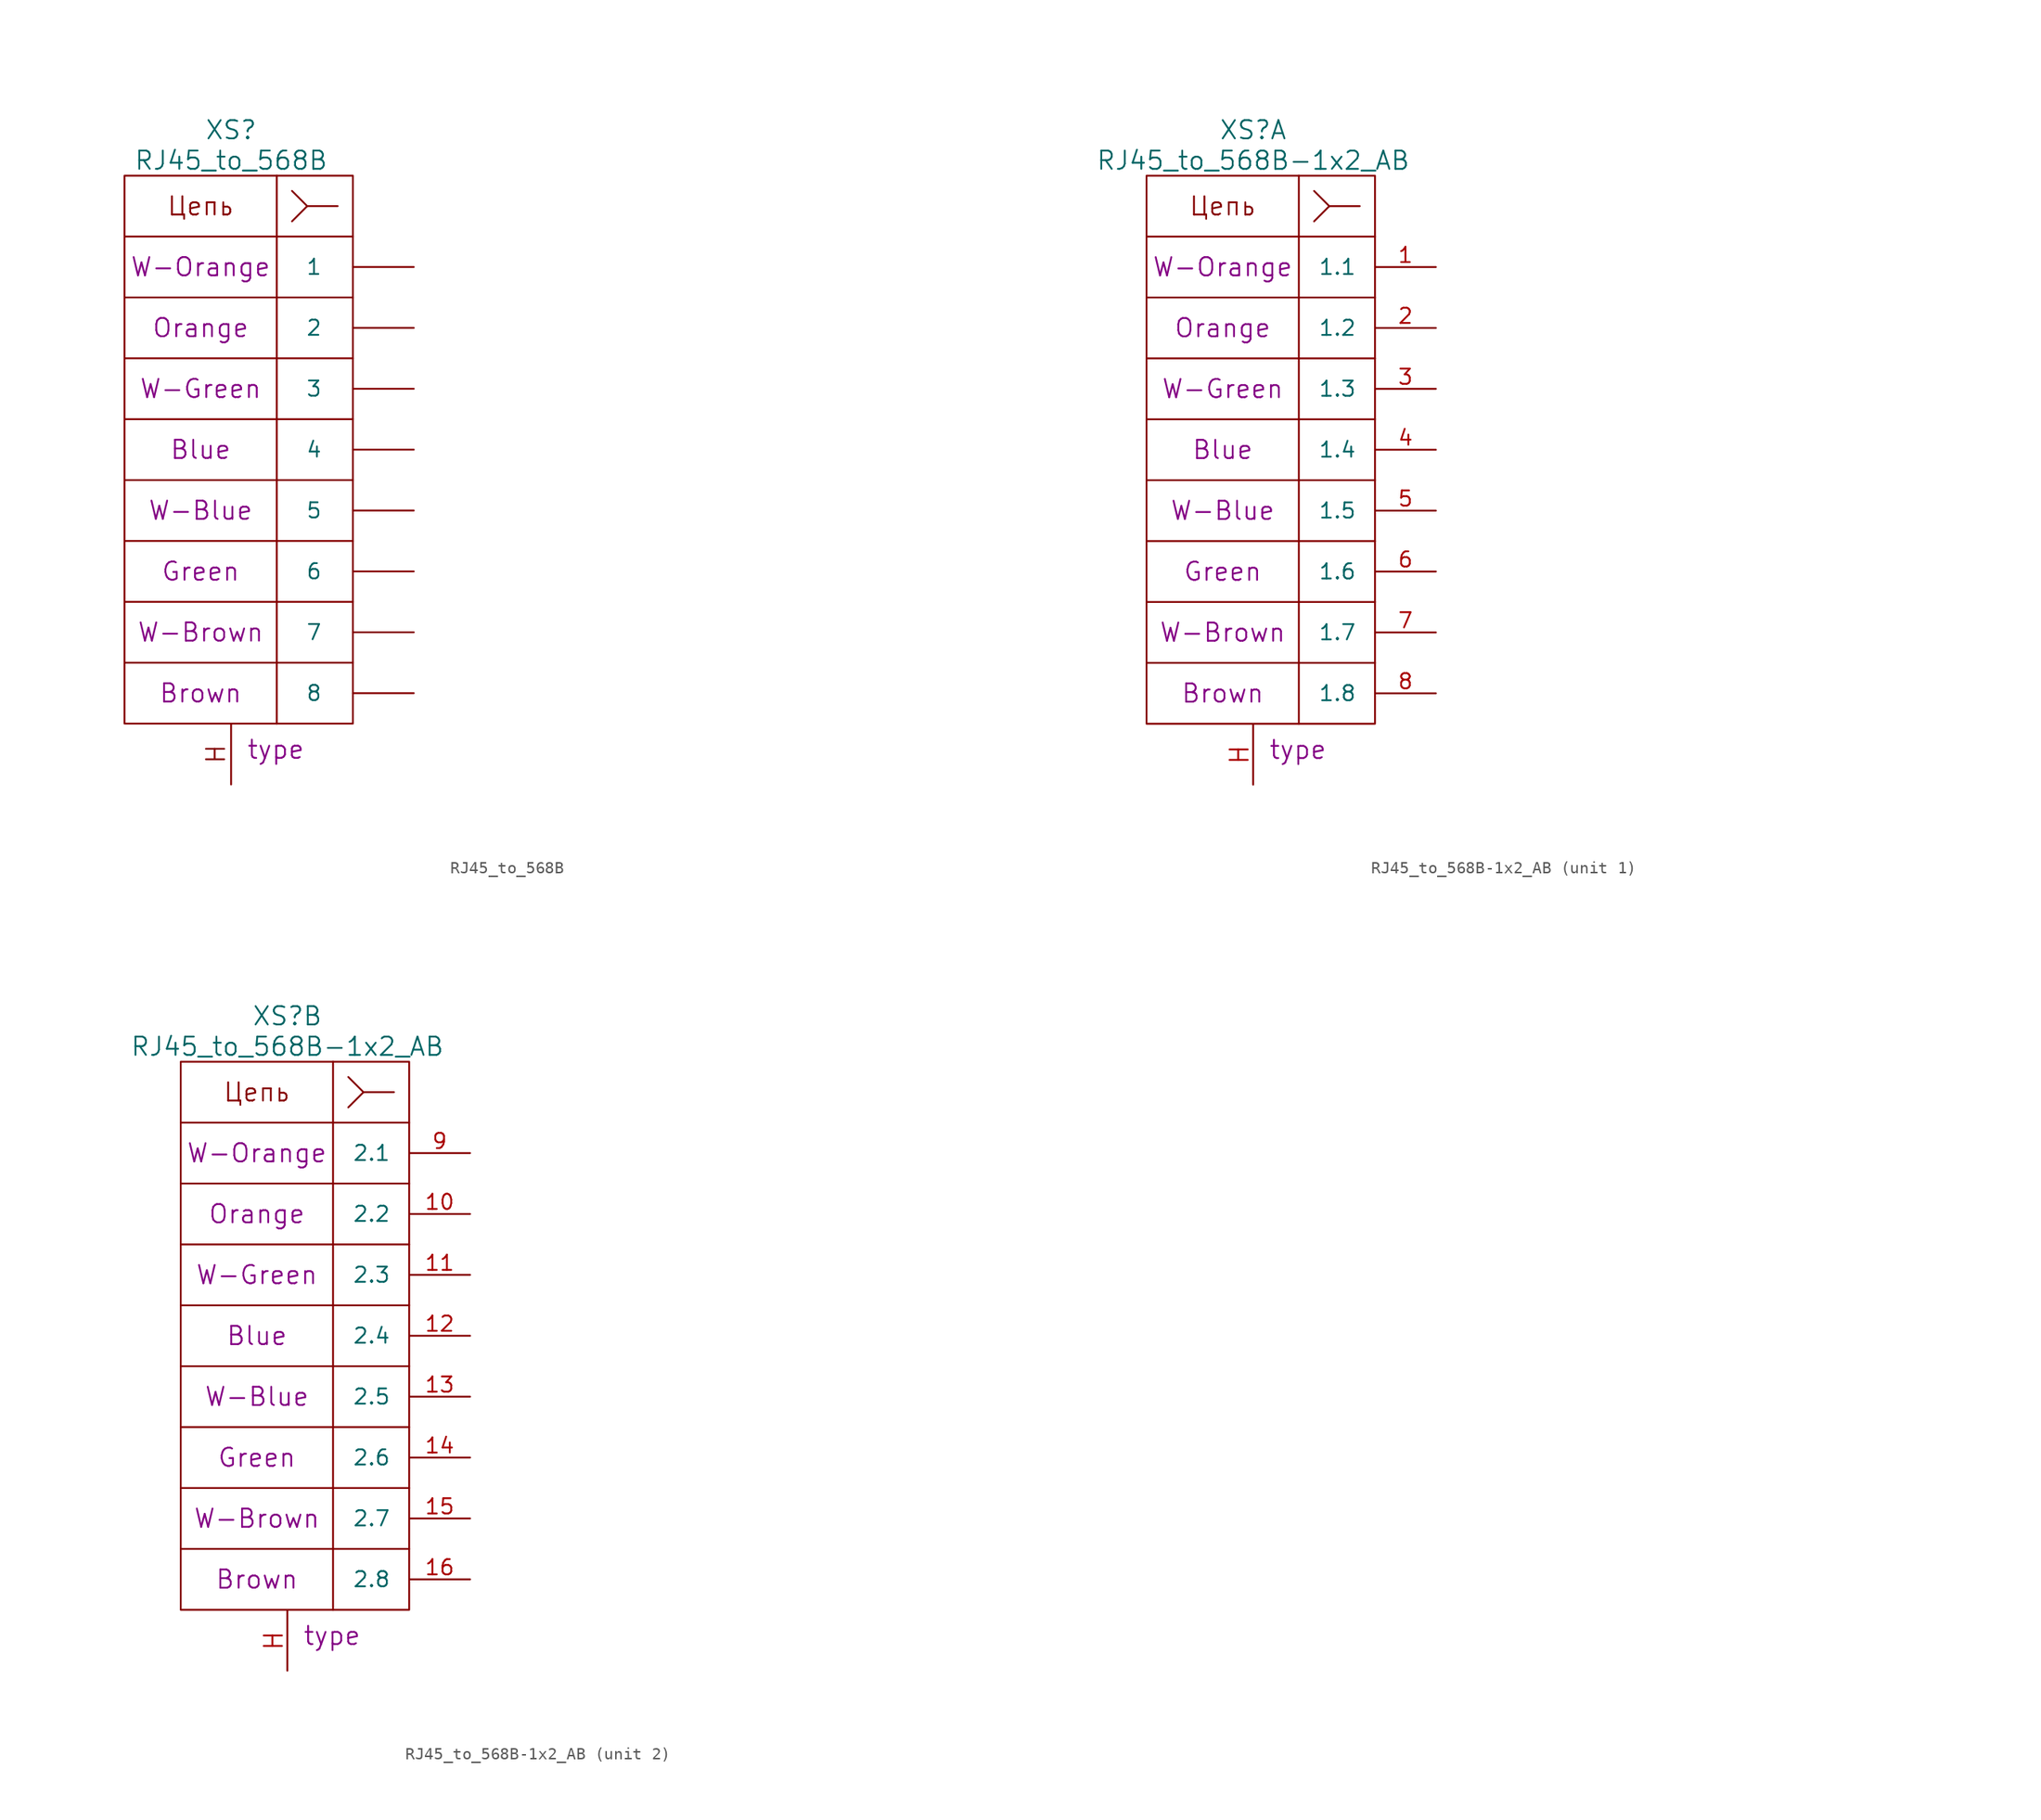
<source format=kicad_sym>
(kicad_symbol_lib
  (version 20220914)
  (generator kicad_symbol_editor)
  (symbol "RJ45_to_568B"
    (pin_numbers hide)
    (pin_names
      (offset 2.54))
    (property "Reference" "XS"
      (at 0 26.67 0)
      (do_not_autoplace)
      (effects (font (size 1.524 1.524))))
    (property "Value" "RJ45_to_568B"
      (at 0 24.13 0)
      (do_not_autoplace)
      (effects (font (size 1.524 1.524))))
    (property "Datasheet" ""
      (at 54.61 -21.59 0)
      (effects (font (size 1.524 1.524))))
    (property "Pin1" "W-Orange"
      (at -2.54 15.24 0)
      (do_not_autoplace)
      (effects (font (size 1.524 1.524))))
    (property "Pin2" "Orange"
      (at -2.54 10.16 0)
      (do_not_autoplace)
      (effects (font (size 1.524 1.524))))
    (property "Pin3" "W-Green"
      (at -2.54 5.08 0)
      (do_not_autoplace)
      (effects (font (size 1.524 1.524))))
    (property "Pin4" "Blue"
      (at -2.54 0 0)
      (do_not_autoplace)
      (effects (font (size 1.524 1.524))))
    (property "Pin5" "W-Blue"
      (at -2.54 -5.08 0)
      (do_not_autoplace)
      (effects (font (size 1.524 1.524))))
    (property "Pin6" "Green"
      (at -2.54 -10.16 0)
      (do_not_autoplace)
      (effects (font (size 1.524 1.524))))
    (property "Pin7" "W-Brown"
      (at -2.54 -15.24 0)
      (do_not_autoplace)
      (effects (font (size 1.524 1.524))))
    (property "Pin8" "Brown"
      (at -2.54 -20.32 0)
      (do_not_autoplace)
      (effects (font (size 1.524 1.524))))
    (property "Type" "type"
      (at 1.27 -24.13 0)
      (do_not_autoplace)
      (effects (font (size 1.524 1.524)) (justify left top)))
    (symbol "RJ45_to_568B_0_0"
      (text "H" (at -1.27 -25.4 900) (effects (font (size 1.524 1.524))))
      (text "Цепь" (at -2.54 20.32 0) (effects (font (size 1.524 1.524)))))
    (symbol "RJ45_to_568B_0_1"
      (rectangle (start -8.89 17.78) (end 10.16 -22.86) (stroke (width 0) (type solid)) (fill (type none)))
      (polyline (pts (xy -8.89 -17.78) (xy 10.16 -17.78)) (stroke (width 0) (type solid)) (fill (type none)))
      (polyline (pts (xy -8.89 -12.7) (xy 10.16 -12.7)) (stroke (width 0) (type solid)) (fill (type none)))
      (polyline (pts (xy -8.89 -7.62) (xy 10.16 -7.62)) (stroke (width 0) (type solid)) (fill (type none)))
      (polyline (pts (xy -8.89 -2.54) (xy 10.16 -2.54)) (stroke (width 0) (type solid)) (fill (type none)))
      (polyline (pts (xy -8.89 2.54) (xy 10.16 2.54)) (stroke (width 0) (type solid)) (fill (type none)))
      (polyline (pts (xy -8.89 7.62) (xy 10.16 7.62)) (stroke (width 0) (type solid)) (fill (type none)))
      (polyline (pts (xy 3.81 22.86) (xy 3.81 -22.86)) (stroke (width 0) (type solid)) (fill (type none)))
      (polyline (pts (xy 8.89 20.32) (xy 6.35 20.32)) (stroke (width 0) (type solid)) (fill (type none)))
      (polyline (pts (xy 10.16 12.7) (xy -8.89 12.7)) (stroke (width 0) (type solid)) (fill (type none)))
      (polyline (pts (xy 5.08 19.05) (xy 6.35 20.32) (xy 5.08 21.59)) (stroke (width 0) (type solid)) (fill (type none)))
      (polyline (pts (xy 10.16 17.78) (xy 10.16 22.86) (xy -8.89 22.86) (xy -8.89 17.78)) (stroke (width 0) (type solid)) (fill (type none))))
    (symbol "RJ45_to_568B_1_1"
      (pin passive line (at 15.24 15.24 180) (length 5.08) (name "1" (effects (font (size 1.27 1.27)))) (number "1" (effects (font (size 1.27 1.27)))))
      (pin passive line (at 15.24 10.16 180) (length 5.08) (name "2" (effects (font (size 1.27 1.27)))) (number "2" (effects (font (size 1.27 1.27)))))
      (pin passive line (at 15.24 5.08 180) (length 5.08) (name "3" (effects (font (size 1.27 1.27)))) (number "3" (effects (font (size 1.27 1.27)))))
      (pin passive line (at 15.24 0 180) (length 5.08) (name "4" (effects (font (size 1.27 1.27)))) (number "4" (effects (font (size 1.27 1.27)))))
      (pin passive line (at 15.24 -5.08 180) (length 5.08) (name "5" (effects (font (size 1.27 1.27)))) (number "5" (effects (font (size 1.27 1.27)))))
      (pin passive line (at 15.24 -10.16 180) (length 5.08) (name "6" (effects (font (size 1.27 1.27)))) (number "6" (effects (font (size 1.27 1.27)))))
      (pin passive line (at 15.24 -15.24 180) (length 5.08) (name "7" (effects (font (size 1.27 1.27)))) (number "7" (effects (font (size 1.27 1.27)))))
      (pin passive line (at 15.24 -20.32 180) (length 5.08) (name "8" (effects (font (size 1.27 1.27)))) (number "8" (effects (font (size 1.27 1.27)))))
      (pin passive line (at 0 -27.94 90) (length 5.004) (name "~" (effects (font (size 1.524 1.524)))) (number "H" (effects (font (size 1.524 1.524)))))))
  (symbol "RJ45_to_568B-1x2_AB"
    (pin_names
      (offset 1.524))
    (property "Reference" "XS"
      (at 0 26.67 0)
      (do_not_autoplace)
      (effects (font (size 1.524 1.524))))
    (property "Value" "RJ45_to_568B-1x2_AB"
      (at 0 24.13 0)
      (do_not_autoplace)
      (effects (font (size 1.524 1.524))))
    (property "Datasheet" ""
      (at 54.61 -21.59 0)
      (effects (font (size 1.524 1.524))))
    (property "Pin1" "W-Orange"
      (at -2.54 15.24 0)
      (do_not_autoplace)
      (effects (font (size 1.524 1.524))))
    (property "Pin2" "Orange"
      (at -2.54 10.16 0)
      (do_not_autoplace)
      (effects (font (size 1.524 1.524))))
    (property "Pin3" "W-Green"
      (at -2.54 5.08 0)
      (do_not_autoplace)
      (effects (font (size 1.524 1.524))))
    (property "Pin4" "Blue"
      (at -2.54 0 0)
      (do_not_autoplace)
      (effects (font (size 1.524 1.524))))
    (property "Pin5" "W-Blue"
      (at -2.54 -5.08 0)
      (do_not_autoplace)
      (effects (font (size 1.524 1.524))))
    (property "Pin6" "Green"
      (at -2.54 -10.16 0)
      (do_not_autoplace)
      (effects (font (size 1.524 1.524))))
    (property "Pin7" "W-Brown"
      (at -2.54 -15.24 0)
      (do_not_autoplace)
      (effects (font (size 1.524 1.524))))
    (property "Pin8" "Brown"
      (at -2.54 -20.32 0)
      (do_not_autoplace)
      (effects (font (size 1.524 1.524))))
    (property "Type" "type"
      (at 1.27 -24.13 0)
      (do_not_autoplace)
      (effects (font (size 1.524 1.524)) (justify left top)))
    (symbol "RJ45_to_568B-1x2_AB_0_0"
      (text "Цепь" (at -2.54 20.32 0) (effects (font (size 1.524 1.524)))))
    (symbol "RJ45_to_568B-1x2_AB_0_1"
      (rectangle (start -8.89 17.78) (end 10.16 -22.86) (stroke (width 0) (type solid)) (fill (type none)))
      (polyline (pts (xy -8.89 -17.78) (xy 10.16 -17.78)) (stroke (width 0) (type solid)) (fill (type none)))
      (polyline (pts (xy -8.89 -12.7) (xy 10.16 -12.7)) (stroke (width 0) (type solid)) (fill (type none)))
      (polyline (pts (xy -8.89 -7.62) (xy 10.16 -7.62)) (stroke (width 0) (type solid)) (fill (type none)))
      (polyline (pts (xy -8.89 -2.54) (xy 10.16 -2.54)) (stroke (width 0) (type solid)) (fill (type none)))
      (polyline (pts (xy -8.89 2.54) (xy 10.16 2.54)) (stroke (width 0) (type solid)) (fill (type none)))
      (polyline (pts (xy -8.89 7.62) (xy 10.16 7.62)) (stroke (width 0) (type solid)) (fill (type none)))
      (polyline (pts (xy 3.81 22.86) (xy 3.81 -22.86)) (stroke (width 0) (type solid)) (fill (type none)))
      (polyline (pts (xy 8.89 20.32) (xy 6.35 20.32)) (stroke (width 0) (type solid)) (fill (type none)))
      (polyline (pts (xy 10.16 12.7) (xy -8.89 12.7)) (stroke (width 0) (type solid)) (fill (type none)))
      (polyline (pts (xy 5.08 19.05) (xy 6.35 20.32) (xy 5.08 21.59)) (stroke (width 0) (type solid)) (fill (type none)))
      (polyline (pts (xy 10.16 17.78) (xy 10.16 22.86) (xy -8.89 22.86) (xy -8.89 17.78)) (stroke (width 0) (type solid)) (fill (type none)))
      (pin passive line (at 0 -27.94 90) (length 5.004) (name "~" (effects (font (size 1.524 1.524)))) (number "H" (effects (font (size 1.524 1.524))))))
    (symbol "RJ45_to_568B-1x2_AB_1_1"
      (pin passive line (at 15.24 15.24 180) (length 5.08) (name "1.1" (effects (font (size 1.27 1.27)))) (number "1" (effects (font (size 1.27 1.27)))))
      (pin passive line (at 15.24 10.16 180) (length 5.08) (name "1.2" (effects (font (size 1.27 1.27)))) (number "2" (effects (font (size 1.27 1.27)))))
      (pin passive line (at 15.24 5.08 180) (length 5.08) (name "1.3" (effects (font (size 1.27 1.27)))) (number "3" (effects (font (size 1.27 1.27)))))
      (pin passive line (at 15.24 0 180) (length 5.08) (name "1.4" (effects (font (size 1.27 1.27)))) (number "4" (effects (font (size 1.27 1.27)))))
      (pin passive line (at 15.24 -5.08 180) (length 5.08) (name "1.5" (effects (font (size 1.27 1.27)))) (number "5" (effects (font (size 1.27 1.27)))))
      (pin passive line (at 15.24 -10.16 180) (length 5.08) (name "1.6" (effects (font (size 1.27 1.27)))) (number "6" (effects (font (size 1.27 1.27)))))
      (pin passive line (at 15.24 -15.24 180) (length 5.08) (name "1.7" (effects (font (size 1.27 1.27)))) (number "7" (effects (font (size 1.27 1.27)))))
      (pin passive line (at 15.24 -20.32 180) (length 5.08) (name "1.8" (effects (font (size 1.27 1.27)))) (number "8" (effects (font (size 1.27 1.27))))))
    (symbol "RJ45_to_568B-1x2_AB_2_1"
      (pin passive line (at 15.24 10.16 180) (length 5.08) (name "2.2" (effects (font (size 1.27 1.27)))) (number "10" (effects (font (size 1.27 1.27)))))
      (pin passive line (at 15.24 5.08 180) (length 5.08) (name "2.3" (effects (font (size 1.27 1.27)))) (number "11" (effects (font (size 1.27 1.27)))))
      (pin passive line (at 15.24 0 180) (length 5.08) (name "2.4" (effects (font (size 1.27 1.27)))) (number "12" (effects (font (size 1.27 1.27)))))
      (pin passive line (at 15.24 -5.08 180) (length 5.08) (name "2.5" (effects (font (size 1.27 1.27)))) (number "13" (effects (font (size 1.27 1.27)))))
      (pin passive line (at 15.24 -10.16 180) (length 5.08) (name "2.6" (effects (font (size 1.27 1.27)))) (number "14" (effects (font (size 1.27 1.27)))))
      (pin passive line (at 15.24 -15.24 180) (length 5.08) (name "2.7" (effects (font (size 1.27 1.27)))) (number "15" (effects (font (size 1.27 1.27)))))
      (pin passive line (at 15.24 -20.32 180) (length 5.08) (name "2.8" (effects (font (size 1.27 1.27)))) (number "16" (effects (font (size 1.27 1.27)))))
      (pin passive line (at 15.24 15.24 180) (length 5.08) (name "2.1" (effects (font (size 1.27 1.27)))) (number "9" (effects (font (size 1.27 1.27))))))))
</source>
